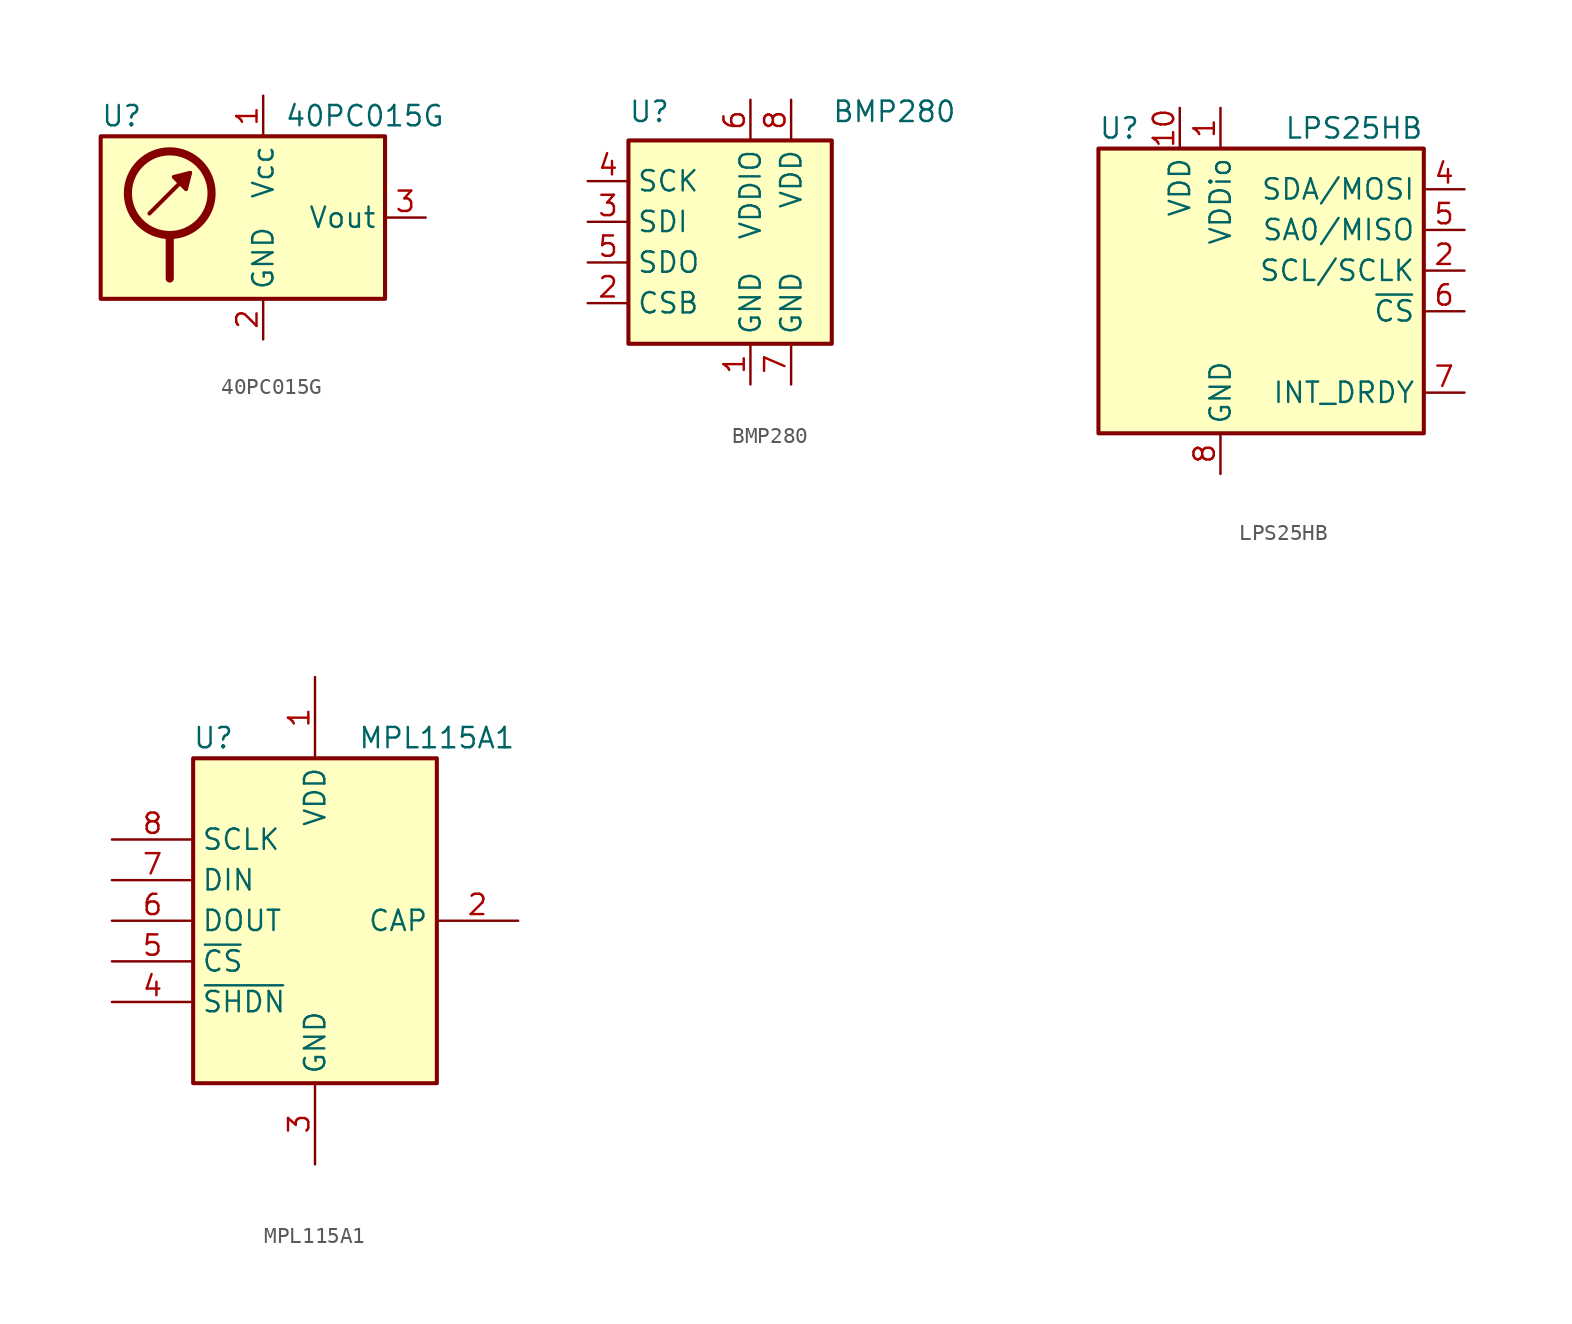
<source format=kicad_sym>
(kicad_symbol_lib
  (version 20201005)
  (generator kicad_symbol_editor)
  (symbol "40PC015G"
    (property "Reference" "U"
      (at -10.16 6.35 0)
      (effects (font (size 1.27 1.27)) (justify left)))
    (property "Value" "40PC015G"
      (at 6.35 6.35 0)
      (effects (font (size 1.27 1.27))))
    (symbol "40PC015G_0_1"
      (circle (center -5.842 1.524) (radius 2.616) (stroke (width 0.508)) (fill (type none)))
      (rectangle (start 7.62 5.08) (end -10.16 -5.08) (stroke (width 0.254)) (fill (type background)))
      (polyline (pts (xy -7.112 0.254) (xy -4.572 2.794)) (stroke (width 0.254)) (fill (type none)))
      (polyline (pts (xy -5.842 -1.27) (xy -5.842 -3.81)) (stroke (width 0.508)) (fill (type none)))
      (polyline (pts (xy -4.572 2.794) (xy -4.826 1.778) (xy -5.588 2.54) (xy -4.572 2.794)) (stroke (width 0.254)) (fill (type outline))))
    (symbol "40PC015G_1_1"
      (pin power_in line (at 0 7.62 270) (length 2.54) (name "Vcc" (effects (font (size 1.27 1.27)))) (number "1" (effects (font (size 1.27 1.27)))))
      (pin power_in line (at 0 -7.62 90) (length 2.54) (name "GND" (effects (font (size 1.27 1.27)))) (number "2" (effects (font (size 1.27 1.27)))))
      (pin output line (at 10.16 0 180) (length 2.54) (name "Vout" (effects (font (size 1.27 1.27)))) (number "3" (effects (font (size 1.27 1.27)))))
      (pin no_connect line (at -7.62 -5.08 90) (length 2.54) hide (name "NC" (effects (font (size 1.27 1.27)))) (number "4" (effects (font (size 1.27 1.27)))))
      (pin no_connect line (at -5.08 -5.08 90) (length 2.54) hide (name "NC" (effects (font (size 1.27 1.27)))) (number "5" (effects (font (size 1.27 1.27)))))
      (pin no_connect line (at -2.54 -5.08 90) (length 2.54) hide (name "NC" (effects (font (size 1.27 1.27)))) (number "6" (effects (font (size 1.27 1.27)))))))
  (symbol "BMP280"
    (property "Reference" "U"
      (at -7.62 10.16 0)
      (effects (font (size 1.27 1.27)) (justify left top)))
    (property "Value" "BMP280"
      (at 5.08 10.16 0)
      (effects (font (size 1.27 1.27)) (justify left top)))
    (symbol "BMP280_0_1"
      (rectangle (start -7.62 -5.08) (end 5.08 7.62) (stroke (width 0.254)) (fill (type background))))
    (symbol "BMP280_1_1"
      (pin power_in line (at 0 -7.62 90) (length 2.54) (name "GND" (effects (font (size 1.27 1.27)))) (number "1" (effects (font (size 1.27 1.27)))))
      (pin input line (at -10.16 -2.54 0) (length 2.54) (name "CSB" (effects (font (size 1.27 1.27)))) (number "2" (effects (font (size 1.27 1.27)))))
      (pin bidirectional line (at -10.16 2.54 0) (length 2.54) (name "SDI" (effects (font (size 1.27 1.27)))) (number "3" (effects (font (size 1.27 1.27)))))
      (pin input line (at -10.16 5.08 0) (length 2.54) (name "SCK" (effects (font (size 1.27 1.27)))) (number "4" (effects (font (size 1.27 1.27)))))
      (pin bidirectional line (at -10.16 0 0) (length 2.54) (name "SDO" (effects (font (size 1.27 1.27)))) (number "5" (effects (font (size 1.27 1.27)))))
      (pin power_in line (at 0 10.16 270) (length 2.54) (name "VDDIO" (effects (font (size 1.27 1.27)))) (number "6" (effects (font (size 1.27 1.27)))))
      (pin power_in line (at 2.54 -7.62 90) (length 2.54) (name "GND" (effects (font (size 1.27 1.27)))) (number "7" (effects (font (size 1.27 1.27)))))
      (pin power_in line (at 2.54 10.16 270) (length 2.54) (name "VDD" (effects (font (size 1.27 1.27)))) (number "8" (effects (font (size 1.27 1.27)))))))
  (symbol "LPS25HB"
    (property "Reference" "U"
      (at -10.16 8.89 0)
      (effects (font (size 1.27 1.27)) (justify left)))
    (property "Value" "LPS25HB"
      (at 10.16 8.89 0)
      (effects (font (size 1.27 1.27)) (justify right)))
    (symbol "LPS25HB_0_1"
      (rectangle (start -10.16 7.62) (end 10.16 -10.16) (stroke (width 0.254)) (fill (type background))))
    (symbol "LPS25HB_1_1"
      (pin power_in line (at -2.54 10.16 270) (length 2.54) (name "VDDio" (effects (font (size 1.27 1.27)))) (number "1" (effects (font (size 1.27 1.27)))))
      (pin power_in line (at -5.08 10.16 270) (length 2.54) (name "VDD" (effects (font (size 1.27 1.27)))) (number "10" (effects (font (size 1.27 1.27)))))
      (pin input line (at 12.7 0 180) (length 2.54) (name "SCL/SCLK" (effects (font (size 1.27 1.27)))) (number "2" (effects (font (size 1.27 1.27)))))
      (pin passive line (at -2.54 -12.7 90) (length 2.54) hide (name "GND" (effects (font (size 1.27 1.27)))) (number "3" (effects (font (size 1.27 1.27)))))
      (pin bidirectional line (at 12.7 5.08 180) (length 2.54) (name "SDA/MOSI" (effects (font (size 1.27 1.27)))) (number "4" (effects (font (size 1.27 1.27)))))
      (pin bidirectional line (at 12.7 2.54 180) (length 2.54) (name "SA0/MISO" (effects (font (size 1.27 1.27)))) (number "5" (effects (font (size 1.27 1.27)))))
      (pin input line (at 12.7 -2.54 180) (length 2.54) (name "~CS" (effects (font (size 1.27 1.27)))) (number "6" (effects (font (size 1.27 1.27)))))
      (pin output line (at 12.7 -7.62 180) (length 2.54) (name "INT_DRDY" (effects (font (size 1.27 1.27)))) (number "7" (effects (font (size 1.27 1.27)))))
      (pin power_in line (at -2.54 -12.7 90) (length 2.54) (name "GND" (effects (font (size 1.27 1.27)))) (number "8" (effects (font (size 1.27 1.27)))))
      (pin passive line (at -2.54 -12.7 90) (length 2.54) hide (name "GND" (effects (font (size 1.27 1.27)))) (number "9" (effects (font (size 1.27 1.27)))))))
  (symbol "MPL115A1"
    (property "Reference" "U"
      (at -6.35 11.43 0)
      (effects (font (size 1.27 1.27))))
    (property "Value" "MPL115A1"
      (at 7.62 11.43 0)
      (effects (font (size 1.27 1.27))))
    (symbol "MPL115A1_0_1"
      (rectangle (start 7.62 10.16) (end -7.62 -10.16) (stroke (width 0.254)) (fill (type background))))
    (symbol "MPL115A1_1_1"
      (pin power_in line (at 0 15.24 270) (length 5.08) (name "VDD" (effects (font (size 1.27 1.27)))) (number "1" (effects (font (size 1.27 1.27)))))
      (pin passive line (at 12.7 0 180) (length 5.08) (name "CAP" (effects (font (size 1.27 1.27)))) (number "2" (effects (font (size 1.27 1.27)))))
      (pin power_in line (at 0 -15.24 90) (length 5.08) (name "GND" (effects (font (size 1.27 1.27)))) (number "3" (effects (font (size 1.27 1.27)))))
      (pin input line (at -12.7 -5.08 0) (length 5.08) (name "~SHDN" (effects (font (size 1.27 1.27)))) (number "4" (effects (font (size 1.27 1.27)))))
      (pin input line (at -12.7 -2.54 0) (length 5.08) (name "~CS" (effects (font (size 1.27 1.27)))) (number "5" (effects (font (size 1.27 1.27)))))
      (pin output line (at -12.7 0 0) (length 5.08) (name "DOUT" (effects (font (size 1.27 1.27)))) (number "6" (effects (font (size 1.27 1.27)))))
      (pin input line (at -12.7 2.54 0) (length 5.08) (name "DIN" (effects (font (size 1.27 1.27)))) (number "7" (effects (font (size 1.27 1.27)))))
      (pin input line (at -12.7 5.08 0) (length 5.08) (name "SCLK" (effects (font (size 1.27 1.27)))) (number "8" (effects (font (size 1.27 1.27))))))))
</source>
